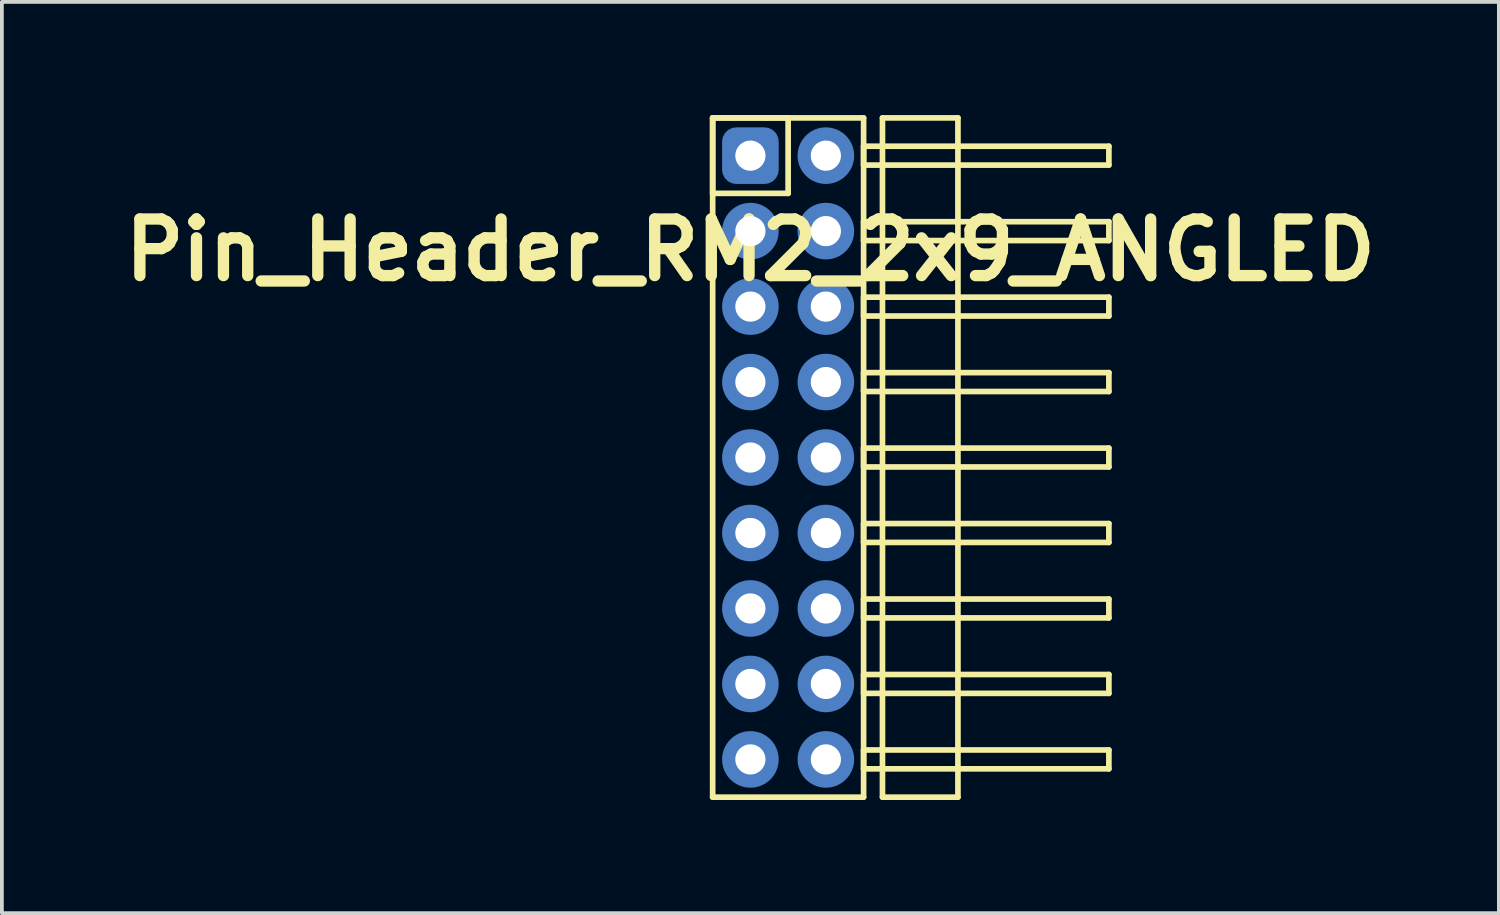
<source format=kicad_pcb>
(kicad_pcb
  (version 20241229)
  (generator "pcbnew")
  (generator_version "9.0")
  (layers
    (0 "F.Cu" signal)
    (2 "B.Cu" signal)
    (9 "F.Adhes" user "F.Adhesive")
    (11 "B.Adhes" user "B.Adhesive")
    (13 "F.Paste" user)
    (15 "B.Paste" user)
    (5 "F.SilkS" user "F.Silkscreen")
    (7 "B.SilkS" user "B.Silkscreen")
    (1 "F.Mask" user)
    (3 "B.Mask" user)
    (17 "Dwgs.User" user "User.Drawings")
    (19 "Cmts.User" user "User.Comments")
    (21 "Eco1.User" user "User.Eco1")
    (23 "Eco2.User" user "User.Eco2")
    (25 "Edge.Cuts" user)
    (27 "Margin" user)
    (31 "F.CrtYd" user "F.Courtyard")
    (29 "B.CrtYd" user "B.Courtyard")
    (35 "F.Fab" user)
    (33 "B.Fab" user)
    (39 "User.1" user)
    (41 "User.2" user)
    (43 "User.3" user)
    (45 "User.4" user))
  (footprint "Pin_Header_RM2_2x9_ANGLED"
    (layer "F.Cu")
    (at 16.836 1.075)
    (property "Reference" "Pin_Header_RM2_2x9_ANGLED" (at 0 2.5 0) (layer "F.SilkS") (effects (font (size 1.5 1.5) (thickness 0.3))))
    (attr through_hole)
    (fp_line (start -1 -1) (end 1 -1) (stroke (width 0.15) (type solid)) (layer "F.SilkS"))
    (fp_line (start -1 -1) (end 3 -1) (stroke (width 0.15) (type solid)) (layer "F.SilkS"))
    (fp_line (start -1 1) (end -1 -1) (stroke (width 0.15) (type solid)) (layer "F.SilkS"))
    (fp_line (start -1 17) (end -1 -1) (stroke (width 0.15) (type solid)) (layer "F.SilkS"))
    (fp_line (start 1 -1) (end 1 1) (stroke (width 0.15) (type solid)) (layer "F.SilkS"))
    (fp_line (start 1 1) (end -1 1) (stroke (width 0.15) (type solid)) (layer "F.SilkS"))
    (fp_line (start 3 -1) (end 3 17) (stroke (width 0.15) (type solid)) (layer "F.SilkS"))
    (fp_line (start 3 -0.25) (end 9.5 -0.25) (stroke (width 0.15) (type solid)) (layer "F.SilkS"))
    (fp_line (start 3 0.25) (end 3 -0.25) (stroke (width 0.15) (type solid)) (layer "F.SilkS"))
    (fp_line (start 3 1.75) (end 9.5 1.75) (stroke (width 0.15) (type solid)) (layer "F.SilkS"))
    (fp_line (start 3 2.25) (end 3 1.75) (stroke (width 0.15) (type solid)) (layer "F.SilkS"))
    (fp_line (start 3 3.75) (end 9.5 3.75) (stroke (width 0.15) (type solid)) (layer "F.SilkS"))
    (fp_line (start 3 4.25) (end 3 3.75) (stroke (width 0.15) (type solid)) (layer "F.SilkS"))
    (fp_line (start 3 5.75) (end 9.5 5.75) (stroke (width 0.15) (type solid)) (layer "F.SilkS"))
    (fp_line (start 3 6.25) (end 3 5.75) (stroke (width 0.15) (type solid)) (layer "F.SilkS"))
    (fp_line (start 3 7.75) (end 9.5 7.75) (stroke (width 0.15) (type solid)) (layer "F.SilkS"))
    (fp_line (start 3 8.25) (end 3 7.75) (stroke (width 0.15) (type solid)) (layer "F.SilkS"))
    (fp_line (start 3 9.75) (end 9.5 9.75) (stroke (width 0.15) (type solid)) (layer "F.SilkS"))
    (fp_line (start 3 10.25) (end 3 9.75) (stroke (width 0.15) (type solid)) (layer "F.SilkS"))
    (fp_line (start 3 11.75) (end 9.5 11.75) (stroke (width 0.15) (type solid)) (layer "F.SilkS"))
    (fp_line (start 3 12.25) (end 3 11.75) (stroke (width 0.15) (type solid)) (layer "F.SilkS"))
    (fp_line (start 3 13.75) (end 9.5 13.75) (stroke (width 0.15) (type solid)) (layer "F.SilkS"))
    (fp_line (start 3 14.25) (end 3 13.75) (stroke (width 0.15) (type solid)) (layer "F.SilkS"))
    (fp_line (start 3 15.75) (end 9.5 15.75) (stroke (width 0.15) (type solid)) (layer "F.SilkS"))
    (fp_line (start 3 16.25) (end 3 15.75) (stroke (width 0.15) (type solid)) (layer "F.SilkS"))
    (fp_line (start 3 17) (end -1 17) (stroke (width 0.15) (type solid)) (layer "F.SilkS"))
    (fp_line (start 3.5 -1) (end 5.5 -1) (stroke (width 0.15) (type solid)) (layer "F.SilkS"))
    (fp_line (start 3.5 17) (end 3.5 -1) (stroke (width 0.15) (type solid)) (layer "F.SilkS"))
    (fp_line (start 5.5 -1) (end 5.5 17) (stroke (width 0.15) (type solid)) (layer "F.SilkS"))
    (fp_line (start 5.5 17) (end 3.5 17) (stroke (width 0.15) (type solid)) (layer "F.SilkS"))
    (fp_line (start 9.5 -0.25) (end 9.5 0.25) (stroke (width 0.15) (type solid)) (layer "F.SilkS"))
    (fp_line (start 9.5 0.25) (end 3 0.25) (stroke (width 0.15) (type solid)) (layer "F.SilkS"))
    (fp_line (start 9.5 1.75) (end 9.5 2.25) (stroke (width 0.15) (type solid)) (layer "F.SilkS"))
    (fp_line (start 9.5 2.25) (end 3 2.25) (stroke (width 0.15) (type solid)) (layer "F.SilkS"))
    (fp_line (start 9.5 3.75) (end 9.5 4.25) (stroke (width 0.15) (type solid)) (layer "F.SilkS"))
    (fp_line (start 9.5 4.25) (end 3 4.25) (stroke (width 0.15) (type solid)) (layer "F.SilkS"))
    (fp_line (start 9.5 5.75) (end 9.5 6.25) (stroke (width 0.15) (type solid)) (layer "F.SilkS"))
    (fp_line (start 9.5 6.25) (end 3 6.25) (stroke (width 0.15) (type solid)) (layer "F.SilkS"))
    (fp_line (start 9.5 7.75) (end 9.5 8.25) (stroke (width 0.15) (type solid)) (layer "F.SilkS"))
    (fp_line (start 9.5 8.25) (end 3 8.25) (stroke (width 0.15) (type solid)) (layer "F.SilkS"))
    (fp_line (start 9.5 9.75) (end 9.5 10.25) (stroke (width 0.15) (type solid)) (layer "F.SilkS"))
    (fp_line (start 9.5 10.25) (end 3 10.25) (stroke (width 0.15) (type solid)) (layer "F.SilkS"))
    (fp_line (start 9.5 11.75) (end 9.5 12.25) (stroke (width 0.15) (type solid)) (layer "F.SilkS"))
    (fp_line (start 9.5 12.25) (end 3 12.25) (stroke (width 0.15) (type solid)) (layer "F.SilkS"))
    (fp_line (start 9.5 13.75) (end 9.5 14.25) (stroke (width 0.15) (type solid)) (layer "F.SilkS"))
    (fp_line (start 9.5 14.25) (end 3 14.25) (stroke (width 0.15) (type solid)) (layer "F.SilkS"))
    (fp_line (start 9.5 15.75) (end 9.5 16.25) (stroke (width 0.15) (type solid)) (layer "F.SilkS"))
    (fp_line (start 9.5 16.25) (end 3 16.25) (stroke (width 0.15) (type solid)) (layer "F.SilkS"))
    (pad "1" thru_hole circle (at 0 0) (size 1.1 1.1) (drill 0.8) (layers "*.Cu" "*.Mask"))
    (pad "1" smd roundrect (at 0 0) (size 1.25 1.25) (layers "F.Cu" "F.Mask") (roundrect_rratio 0.25))
    (pad "1" smd roundrect (at 0 0) (size 1.5 1.5) (layers "B.Cu" "B.Mask") (roundrect_rratio 0.25))
    (pad "2" thru_hole circle (at 2 0) (size 1.1 1.1) (drill 0.8) (layers "*.Cu" "*.Mask"))
    (pad "2" smd circle (at 2 0) (size 1.25 1.25) (layers "F.Cu" "F.Mask"))
    (pad "2" smd circle (at 2 0) (size 1.5 1.5) (layers "B.Cu" "B.Mask"))
    (pad "3" thru_hole circle (at 0 2) (size 1.1 1.1) (drill 0.8) (layers "*.Cu" "*.Mask"))
    (pad "3" smd circle (at 0 2) (size 1.25 1.25) (layers "F.Cu" "F.Mask"))
    (pad "3" smd circle (at 0 2) (size 1.5 1.5) (layers "B.Cu" "B.Mask"))
    (pad "4" thru_hole circle (at 2 2) (size 1.1 1.1) (drill 0.8) (layers "*.Cu" "*.Mask"))
    (pad "4" smd circle (at 2 2) (size 1.25 1.25) (layers "F.Cu" "F.Mask"))
    (pad "4" smd circle (at 2 2) (size 1.5 1.5) (layers "B.Cu" "B.Mask"))
    (pad "5" thru_hole circle (at 0 4) (size 1.1 1.1) (drill 0.8) (layers "*.Cu" "*.Mask"))
    (pad "5" smd circle (at 0 4) (size 1.25 1.25) (layers "F.Cu" "F.Mask"))
    (pad "5" smd circle (at 0 4) (size 1.5 1.5) (layers "B.Cu" "B.Mask"))
    (pad "6" thru_hole circle (at 2 4) (size 1.1 1.1) (drill 0.8) (layers "*.Cu" "*.Mask"))
    (pad "6" smd circle (at 2 4) (size 1.25 1.25) (layers "F.Cu" "F.Mask"))
    (pad "6" smd circle (at 2 4) (size 1.5 1.5) (layers "B.Cu" "B.Mask"))
    (pad "7" thru_hole circle (at 0 6) (size 1.1 1.1) (drill 0.8) (layers "*.Cu" "*.Mask"))
    (pad "7" smd circle (at 0 6) (size 1.25 1.25) (layers "F.Cu" "F.Mask"))
    (pad "7" smd circle (at 0 6) (size 1.5 1.5) (layers "B.Cu" "B.Mask"))
    (pad "8" thru_hole circle (at 2 6) (size 1.1 1.1) (drill 0.8) (layers "*.Cu" "*.Mask"))
    (pad "8" smd circle (at 2 6) (size 1.25 1.25) (layers "F.Cu" "F.Mask"))
    (pad "8" smd circle (at 2 6) (size 1.5 1.5) (layers "B.Cu" "B.Mask"))
    (pad "9" thru_hole circle (at 0 8) (size 1.1 1.1) (drill 0.8) (layers "*.Cu" "*.Mask"))
    (pad "9" smd circle (at 0 8) (size 1.25 1.25) (layers "F.Cu" "F.Mask"))
    (pad "9" smd circle (at 0 8) (size 1.5 1.5) (layers "B.Cu" "B.Mask"))
    (pad "10" thru_hole circle (at 2 8) (size 1.1 1.1) (drill 0.8) (layers "*.Cu" "*.Mask"))
    (pad "10" smd circle (at 2 8) (size 1.25 1.25) (layers "F.Cu" "F.Mask"))
    (pad "10" smd circle (at 2 8) (size 1.5 1.5) (layers "B.Cu" "B.Mask"))
    (pad "11" thru_hole circle (at 0 10) (size 1.1 1.1) (drill 0.8) (layers "*.Cu" "*.Mask"))
    (pad "11" smd circle (at 0 10) (size 1.25 1.25) (layers "F.Cu" "F.Mask"))
    (pad "11" smd circle (at 0 10) (size 1.5 1.5) (layers "B.Cu" "B.Mask"))
    (pad "12" thru_hole circle (at 2 10) (size 1.1 1.1) (drill 0.8) (layers "*.Cu" "*.Mask"))
    (pad "12" smd circle (at 2 10) (size 1.25 1.25) (layers "F.Cu" "F.Mask"))
    (pad "12" smd circle (at 2 10) (size 1.5 1.5) (layers "B.Cu" "B.Mask"))
    (pad "13" thru_hole circle (at 0 12) (size 1.1 1.1) (drill 0.8) (layers "*.Cu" "*.Mask"))
    (pad "13" smd circle (at 0 12) (size 1.25 1.25) (layers "F.Cu" "F.Mask"))
    (pad "13" smd circle (at 0 12) (size 1.5 1.5) (layers "B.Cu" "B.Mask"))
    (pad "14" thru_hole circle (at 2 12) (size 1.1 1.1) (drill 0.8) (layers "*.Cu" "*.Mask"))
    (pad "14" smd circle (at 2 12) (size 1.25 1.25) (layers "F.Cu" "F.Mask"))
    (pad "14" smd circle (at 2 12) (size 1.5 1.5) (layers "B.Cu" "B.Mask"))
    (pad "15" thru_hole circle (at 0 14) (size 1.1 1.1) (drill 0.8) (layers "*.Cu" "*.Mask"))
    (pad "15" smd circle (at 0 14) (size 1.25 1.25) (layers "F.Cu" "F.Mask"))
    (pad "15" smd circle (at 0 14) (size 1.5 1.5) (layers "B.Cu" "B.Mask"))
    (pad "16" thru_hole circle (at 2 14) (size 1.1 1.1) (drill 0.8) (layers "*.Cu" "*.Mask"))
    (pad "16" smd circle (at 2 14) (size 1.25 1.25) (layers "F.Cu" "F.Mask"))
    (pad "16" smd circle (at 2 14) (size 1.5 1.5) (layers "B.Cu" "B.Mask"))
    (pad "17" thru_hole circle (at 0 16) (size 1.1 1.1) (drill 0.8) (layers "*.Cu" "*.Mask"))
    (pad "17" smd circle (at 0 16) (size 1.25 1.25) (layers "F.Cu" "F.Mask"))
    (pad "17" smd circle (at 0 16) (size 1.5 1.5) (layers "B.Cu" "B.Mask"))
    (pad "18" thru_hole circle (at 2 16) (size 1.1 1.1) (drill 0.8) (layers "*.Cu" "*.Mask"))
    (pad "18" smd circle (at 2 16) (size 1.25 1.25) (layers "F.Cu" "F.Mask"))
    (pad "18" smd circle (at 2 16) (size 1.5 1.5) (layers "B.Cu" "B.Mask")))
  (gr_rect
    (start -3 -3)
    (end 36.671 21.15)
    (stroke (width 0.1) (type default))
    (fill no)
    (layer "Edge.Cuts")))
</source>
